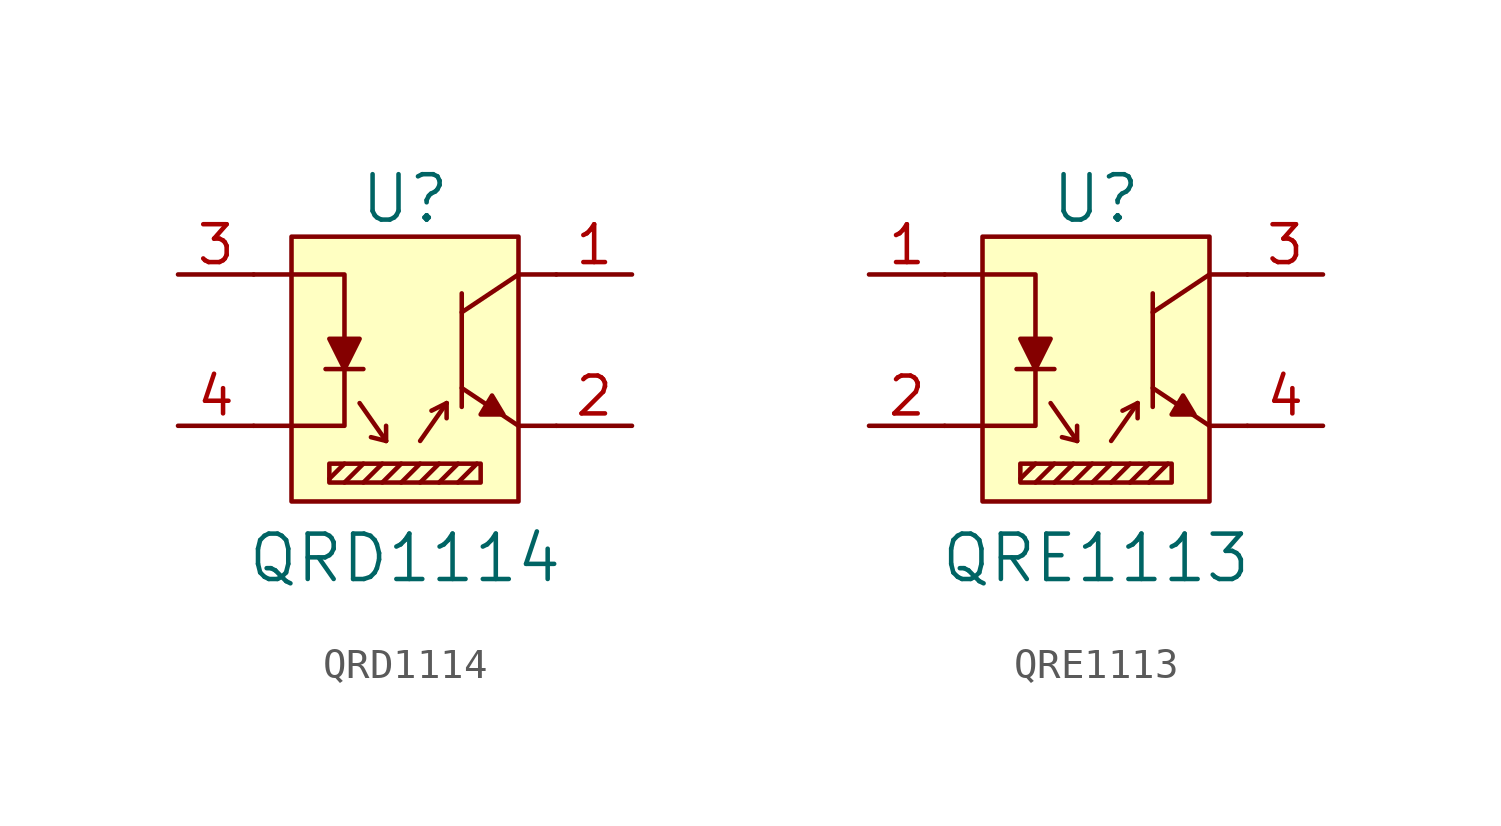
<source format=kicad_sym>
(kicad_symbol_lib
  (version 20220914)
  (generator kicad_symbol_editor)
  (symbol "QRD1114"
    (pin_names
      (offset 1.016))
    (property "Reference" "U"
      (at 0 5.08 0)
      (effects (font (size 1.524 1.524))))
    (property "Value" "QRD1114"
      (at 0 -6.985 0)
      (effects (font (size 1.524 1.524))))
    (symbol "QRD1114_0_1"
      (rectangle (start -3.81 3.81) (end 3.81 -5.08) (stroke (width 0) (type solid)) (fill (type background)))
      (rectangle (start -2.54 -3.81) (end 2.54 -4.445) (stroke (width 0) (type solid)) (fill (type none)))
      (polyline (pts (xy -2.667 -0.635) (xy -1.397 -0.635)) (stroke (width 0) (type solid)) (fill (type none)))
      (polyline (pts (xy -2.54 -4.318) (xy -2.032 -3.81)) (stroke (width 0) (type solid)) (fill (type none)))
      (polyline (pts (xy -2.032 -4.445) (xy -1.397 -3.81)) (stroke (width 0) (type solid)) (fill (type none)))
      (polyline (pts (xy -1.524 -1.778) (xy -0.635 -3.048)) (stroke (width 0) (type solid)) (fill (type none)))
      (polyline (pts (xy -1.397 -4.445) (xy -0.762 -3.81)) (stroke (width 0) (type solid)) (fill (type none)))
      (polyline (pts (xy -0.762 -4.445) (xy -0.127 -3.81)) (stroke (width 0) (type solid)) (fill (type none)))
      (polyline (pts (xy -0.635 -3.048) (xy -1.143 -2.921)) (stroke (width 0) (type solid)) (fill (type none)))
      (polyline (pts (xy -0.635 -3.048) (xy -0.635 -2.54)) (stroke (width 0) (type solid)) (fill (type none)))
      (polyline (pts (xy -0.127 -4.445) (xy 0.508 -3.81)) (stroke (width 0) (type solid)) (fill (type none)))
      (polyline (pts (xy 0.508 -4.445) (xy 1.143 -3.81)) (stroke (width 0) (type solid)) (fill (type none)))
      (polyline (pts (xy 0.508 -3.048) (xy 1.397 -1.778)) (stroke (width 0) (type solid)) (fill (type none)))
      (polyline (pts (xy 1.143 -4.445) (xy 1.778 -3.81)) (stroke (width 0) (type solid)) (fill (type none)))
      (polyline (pts (xy 1.397 -1.778) (xy 0.889 -2.032)) (stroke (width 0) (type solid)) (fill (type none)))
      (polyline (pts (xy 1.397 -1.778) (xy 1.397 -2.286)) (stroke (width 0) (type solid)) (fill (type none)))
      (polyline (pts (xy 1.778 -4.445) (xy 2.413 -3.81)) (stroke (width 0) (type solid)) (fill (type none)))
      (polyline (pts (xy 1.905 -1.27) (xy 3.81 -2.54)) (stroke (width 0) (type solid)) (fill (type none)))
      (polyline (pts (xy 1.905 1.905) (xy 1.905 -1.905)) (stroke (width 0) (type solid)) (fill (type none)))
      (polyline (pts (xy 3.81 -2.54) (xy 5.08 -2.54)) (stroke (width 0) (type solid)) (fill (type none)))
      (polyline (pts (xy 3.81 2.54) (xy 1.905 1.27)) (stroke (width 0) (type solid)) (fill (type none)))
      (polyline (pts (xy 3.81 2.54) (xy 5.08 2.54)) (stroke (width 0) (type solid)) (fill (type none)))
      (polyline (pts (xy -5.08 2.54) (xy -2.032 2.54) (xy -2.032 0.381)) (stroke (width 0) (type solid)) (fill (type none)))
      (polyline (pts (xy -2.032 -0.635) (xy -2.032 -2.54) (xy -5.08 -2.54)) (stroke (width 0) (type solid)) (fill (type none)))
      (polyline (pts (xy -2.54 0.381) (xy -1.524 0.381) (xy -2.032 -0.635) (xy -2.54 0.381)) (stroke (width 0) (type solid)) (fill (type outline)))
      (polyline (pts (xy 2.921 -1.524) (xy 2.54 -2.159) (xy 3.302 -2.159) (xy 2.921 -1.524)) (stroke (width 0) (type solid)) (fill (type outline))))
    (symbol "QRD1114_1_1"
      (pin passive line (at 7.62 2.54 180) (length 2.54) (name "~" (effects (font (size 1.27 1.27)))) (number "1" (effects (font (size 1.27 1.27)))))
      (pin passive line (at 7.62 -2.54 180) (length 2.54) (name "~" (effects (font (size 1.27 1.27)))) (number "2" (effects (font (size 1.27 1.27)))))
      (pin passive line (at -7.62 2.54 0) (length 2.54) (name "~" (effects (font (size 1.27 1.27)))) (number "3" (effects (font (size 1.27 1.27)))))
      (pin passive line (at -7.62 -2.54 0) (length 2.54) (name "~" (effects (font (size 1.27 1.27)))) (number "4" (effects (font (size 1.27 1.27)))))))
  (symbol "QRE1113"
    (pin_names
      (offset 0))
    (property "Reference" "U"
      (at 0 5.08 0)
      (effects (font (size 1.524 1.524))))
    (property "Value" "QRE1113"
      (at 0 -6.985 0)
      (effects (font (size 1.524 1.524))))
    (symbol "QRE1113_0_1"
      (rectangle (start -3.81 3.81) (end 3.81 -5.08) (stroke (width 0) (type solid)) (fill (type background)))
      (rectangle (start -2.54 -3.81) (end 2.54 -4.445) (stroke (width 0) (type solid)) (fill (type none)))
      (polyline (pts (xy -2.667 -0.635) (xy -1.397 -0.635)) (stroke (width 0) (type solid)) (fill (type none)))
      (polyline (pts (xy -2.54 -4.318) (xy -2.032 -3.81)) (stroke (width 0) (type solid)) (fill (type none)))
      (polyline (pts (xy -2.032 -4.445) (xy -1.397 -3.81)) (stroke (width 0) (type solid)) (fill (type none)))
      (polyline (pts (xy -1.524 -1.778) (xy -0.635 -3.048)) (stroke (width 0) (type solid)) (fill (type none)))
      (polyline (pts (xy -1.397 -4.445) (xy -0.762 -3.81)) (stroke (width 0) (type solid)) (fill (type none)))
      (polyline (pts (xy -0.762 -4.445) (xy -0.127 -3.81)) (stroke (width 0) (type solid)) (fill (type none)))
      (polyline (pts (xy -0.635 -3.048) (xy -1.143 -2.921)) (stroke (width 0) (type solid)) (fill (type none)))
      (polyline (pts (xy -0.635 -3.048) (xy -0.635 -2.54)) (stroke (width 0) (type solid)) (fill (type none)))
      (polyline (pts (xy -0.127 -4.445) (xy 0.508 -3.81)) (stroke (width 0) (type solid)) (fill (type none)))
      (polyline (pts (xy 0.508 -4.445) (xy 1.143 -3.81)) (stroke (width 0) (type solid)) (fill (type none)))
      (polyline (pts (xy 0.508 -3.048) (xy 1.397 -1.778)) (stroke (width 0) (type solid)) (fill (type none)))
      (polyline (pts (xy 1.143 -4.445) (xy 1.778 -3.81)) (stroke (width 0) (type solid)) (fill (type none)))
      (polyline (pts (xy 1.397 -1.778) (xy 0.889 -2.032)) (stroke (width 0) (type solid)) (fill (type none)))
      (polyline (pts (xy 1.397 -1.778) (xy 1.397 -2.286)) (stroke (width 0) (type solid)) (fill (type none)))
      (polyline (pts (xy 1.778 -4.445) (xy 2.413 -3.81)) (stroke (width 0) (type solid)) (fill (type none)))
      (polyline (pts (xy 1.905 -1.27) (xy 3.81 -2.54)) (stroke (width 0) (type solid)) (fill (type none)))
      (polyline (pts (xy 1.905 1.905) (xy 1.905 -1.905)) (stroke (width 0) (type solid)) (fill (type none)))
      (polyline (pts (xy 3.81 -2.54) (xy 5.08 -2.54)) (stroke (width 0) (type solid)) (fill (type none)))
      (polyline (pts (xy 3.81 2.54) (xy 1.905 1.27)) (stroke (width 0) (type solid)) (fill (type none)))
      (polyline (pts (xy 3.81 2.54) (xy 5.08 2.54)) (stroke (width 0) (type solid)) (fill (type none)))
      (polyline (pts (xy -5.08 2.54) (xy -2.032 2.54) (xy -2.032 0.381)) (stroke (width 0) (type solid)) (fill (type none)))
      (polyline (pts (xy -2.032 -0.635) (xy -2.032 -2.54) (xy -5.08 -2.54)) (stroke (width 0) (type solid)) (fill (type none)))
      (polyline (pts (xy -2.54 0.381) (xy -1.524 0.381) (xy -2.032 -0.635) (xy -2.54 0.381)) (stroke (width 0) (type solid)) (fill (type outline)))
      (polyline (pts (xy 2.921 -1.524) (xy 2.54 -2.159) (xy 3.302 -2.159) (xy 2.921 -1.524)) (stroke (width 0) (type solid)) (fill (type outline))))
    (symbol "QRE1113_1_1"
      (pin passive line (at -7.62 2.54 0) (length 2.54) (name "~" (effects (font (size 1.27 1.27)))) (number "1" (effects (font (size 1.27 1.27)))))
      (pin passive line (at -7.62 -2.54 0) (length 2.54) (name "~" (effects (font (size 1.27 1.27)))) (number "2" (effects (font (size 1.27 1.27)))))
      (pin passive line (at 7.62 2.54 180) (length 2.54) (name "~" (effects (font (size 1.27 1.27)))) (number "3" (effects (font (size 1.27 1.27)))))
      (pin passive line (at 7.62 -2.54 180) (length 2.54) (name "~" (effects (font (size 1.27 1.27)))) (number "4" (effects (font (size 1.27 1.27))))))))
</source>
